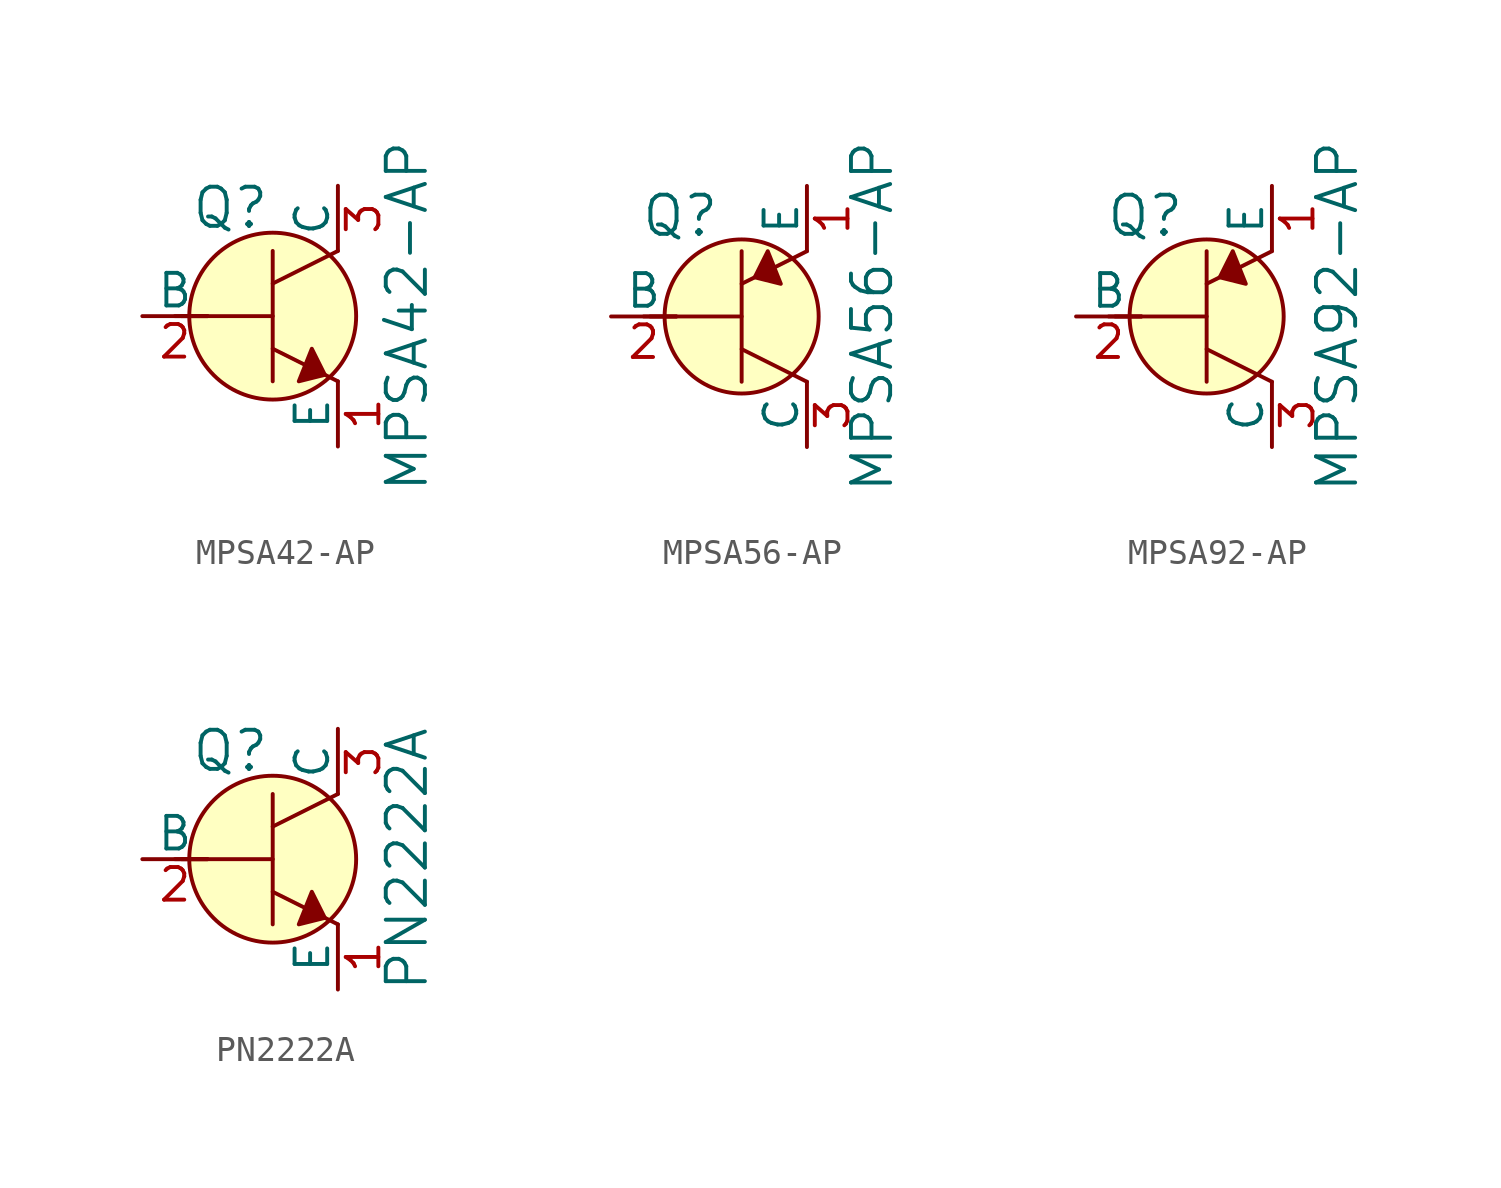
<source format=kicad_sym>
(kicad_symbol_lib
  (version 20220914)
  (generator kicad_symbol_editor)
  (symbol "MPSA42-AP"
    (pin_names
      (offset 0))
    (property "Reference" "Q"
      (at -3.2 4.216 0)
      (effects (font (size 1.524 1.524)) (justify left)))
    (property "Value" "MPSA42-AP"
      (at 5.232 0 90)
      (effects (font (size 1.524 1.524))))
    (symbol "MPSA42-AP_0_1"
      (polyline (pts (xy -3.81 0) (xy -2.54 0)) (stroke (width 0) (type default)) (fill (type none)))
      (polyline (pts (xy -3.556 0) (xy 0 0)) (stroke (width 0) (type default)) (fill (type none)))
      (polyline (pts (xy 0 -1.27) (xy 2.54 -2.54)) (stroke (width 0) (type default)) (fill (type none)))
      (polyline (pts (xy 0 1.27) (xy 2.54 2.54)) (stroke (width 0) (type default)) (fill (type none)))
      (polyline (pts (xy 0 2.54) (xy 0 -2.54)) (stroke (width 0) (type default)) (fill (type none)))
      (polyline (pts (xy 1.524 -1.27) (xy 2.032 -2.286) (xy 1.016 -2.54) (xy 1.524 -1.27)) (stroke (width 0) (type default)) (fill (type outline)))
      (circle (center 0 0) (radius 3.251) (stroke (width 0) (type default)) (fill (type background))))
    (symbol "MPSA42-AP_1_1"
      (pin passive line (at 2.54 -5.08 90) (length 2.54) (name "E" (effects (font (size 1.27 1.27)))) (number "1" (effects (font (size 1.27 1.27)))))
      (pin input line (at -5.08 0 0) (length 2.54) (name "B" (effects (font (size 1.27 1.27)))) (number "2" (effects (font (size 1.27 1.27)))))
      (pin passive line (at 2.54 5.08 270) (length 2.54) (name "C" (effects (font (size 1.27 1.27)))) (number "3" (effects (font (size 1.27 1.27)))))))
  (symbol "MPSA56-AP"
    (pin_names
      (offset 0))
    (property "Reference" "Q"
      (at -2.388 3.912 0)
      (effects (font (size 1.524 1.524))))
    (property "Value" "MPSA56-AP"
      (at 5.08 0 90)
      (effects (font (size 1.524 1.524))))
    (symbol "MPSA56-AP_0_1"
      (polyline (pts (xy -3.81 0) (xy -2.54 0)) (stroke (width 0) (type default)) (fill (type none)))
      (polyline (pts (xy -3.556 0) (xy 0 0)) (stroke (width 0) (type default)) (fill (type none)))
      (polyline (pts (xy 0 -1.27) (xy 2.54 -2.54)) (stroke (width 0) (type default)) (fill (type none)))
      (polyline (pts (xy 0 1.27) (xy 2.54 2.54)) (stroke (width 0) (type default)) (fill (type none)))
      (polyline (pts (xy 0 2.54) (xy 0 -2.54)) (stroke (width 0) (type default)) (fill (type none)))
      (polyline (pts (xy 1.016 2.54) (xy 0.508 1.524) (xy 1.524 1.27) (xy 1.016 2.54)) (stroke (width 0) (type default)) (fill (type outline)))
      (circle (center 0 0) (radius 2.997) (stroke (width 0) (type default)) (fill (type background))))
    (symbol "MPSA56-AP_1_1"
      (pin passive line (at 2.54 5.08 270) (length 2.54) (name "E" (effects (font (size 1.27 1.27)))) (number "1" (effects (font (size 1.27 1.27)))))
      (pin input line (at -5.08 0 0) (length 2.54) (name "B" (effects (font (size 1.27 1.27)))) (number "2" (effects (font (size 1.27 1.27)))))
      (pin passive line (at 2.54 -5.08 90) (length 2.54) (name "C" (effects (font (size 1.27 1.27)))) (number "3" (effects (font (size 1.27 1.27)))))))
  (symbol "MPSA92-AP"
    (pin_names
      (offset 0))
    (property "Reference" "Q"
      (at -2.388 3.912 0)
      (effects (font (size 1.524 1.524))))
    (property "Value" "MPSA92-AP"
      (at 5.08 0 90)
      (effects (font (size 1.524 1.524))))
    (symbol "MPSA92-AP_0_1"
      (polyline (pts (xy -3.81 0) (xy -2.54 0)) (stroke (width 0) (type default)) (fill (type none)))
      (polyline (pts (xy -3.556 0) (xy 0 0)) (stroke (width 0) (type default)) (fill (type none)))
      (polyline (pts (xy 0 -1.27) (xy 2.54 -2.54)) (stroke (width 0) (type default)) (fill (type none)))
      (polyline (pts (xy 0 1.27) (xy 2.54 2.54)) (stroke (width 0) (type default)) (fill (type none)))
      (polyline (pts (xy 0 2.54) (xy 0 -2.54)) (stroke (width 0) (type default)) (fill (type none)))
      (polyline (pts (xy 1.016 2.54) (xy 0.508 1.524) (xy 1.524 1.27) (xy 1.016 2.54)) (stroke (width 0) (type default)) (fill (type outline)))
      (circle (center 0 0) (radius 2.997) (stroke (width 0) (type default)) (fill (type background))))
    (symbol "MPSA92-AP_1_1"
      (pin passive line (at 2.54 5.08 270) (length 2.54) (name "E" (effects (font (size 1.27 1.27)))) (number "1" (effects (font (size 1.27 1.27)))))
      (pin input line (at -5.08 0 0) (length 2.54) (name "B" (effects (font (size 1.27 1.27)))) (number "2" (effects (font (size 1.27 1.27)))))
      (pin passive line (at 2.54 -5.08 90) (length 2.54) (name "C" (effects (font (size 1.27 1.27)))) (number "3" (effects (font (size 1.27 1.27)))))))
  (symbol "PN2222A"
    (pin_names
      (offset 0))
    (property "Reference" "Q"
      (at -3.2 4.216 0)
      (effects (font (size 1.524 1.524)) (justify left)))
    (property "Value" "PN2222A"
      (at 5.232 0 90)
      (effects (font (size 1.524 1.524))))
    (symbol "PN2222A_0_1"
      (polyline (pts (xy -3.81 0) (xy -2.54 0)) (stroke (width 0) (type default)) (fill (type none)))
      (polyline (pts (xy -3.556 0) (xy 0 0)) (stroke (width 0) (type default)) (fill (type none)))
      (polyline (pts (xy 0 -1.27) (xy 2.54 -2.54)) (stroke (width 0) (type default)) (fill (type none)))
      (polyline (pts (xy 0 1.27) (xy 2.54 2.54)) (stroke (width 0) (type default)) (fill (type none)))
      (polyline (pts (xy 0 2.54) (xy 0 -2.54)) (stroke (width 0) (type default)) (fill (type none)))
      (polyline (pts (xy 1.524 -1.27) (xy 2.032 -2.286) (xy 1.016 -2.54) (xy 1.524 -1.27)) (stroke (width 0) (type default)) (fill (type outline)))
      (circle (center 0 0) (radius 3.251) (stroke (width 0) (type default)) (fill (type background))))
    (symbol "PN2222A_1_1"
      (pin passive line (at 2.54 -5.08 90) (length 2.54) (name "E" (effects (font (size 1.27 1.27)))) (number "1" (effects (font (size 1.27 1.27)))))
      (pin input line (at -5.08 0 0) (length 2.54) (name "B" (effects (font (size 1.27 1.27)))) (number "2" (effects (font (size 1.27 1.27)))))
      (pin passive line (at 2.54 5.08 270) (length 2.54) (name "C" (effects (font (size 1.27 1.27)))) (number "3" (effects (font (size 1.27 1.27))))))))
</source>
